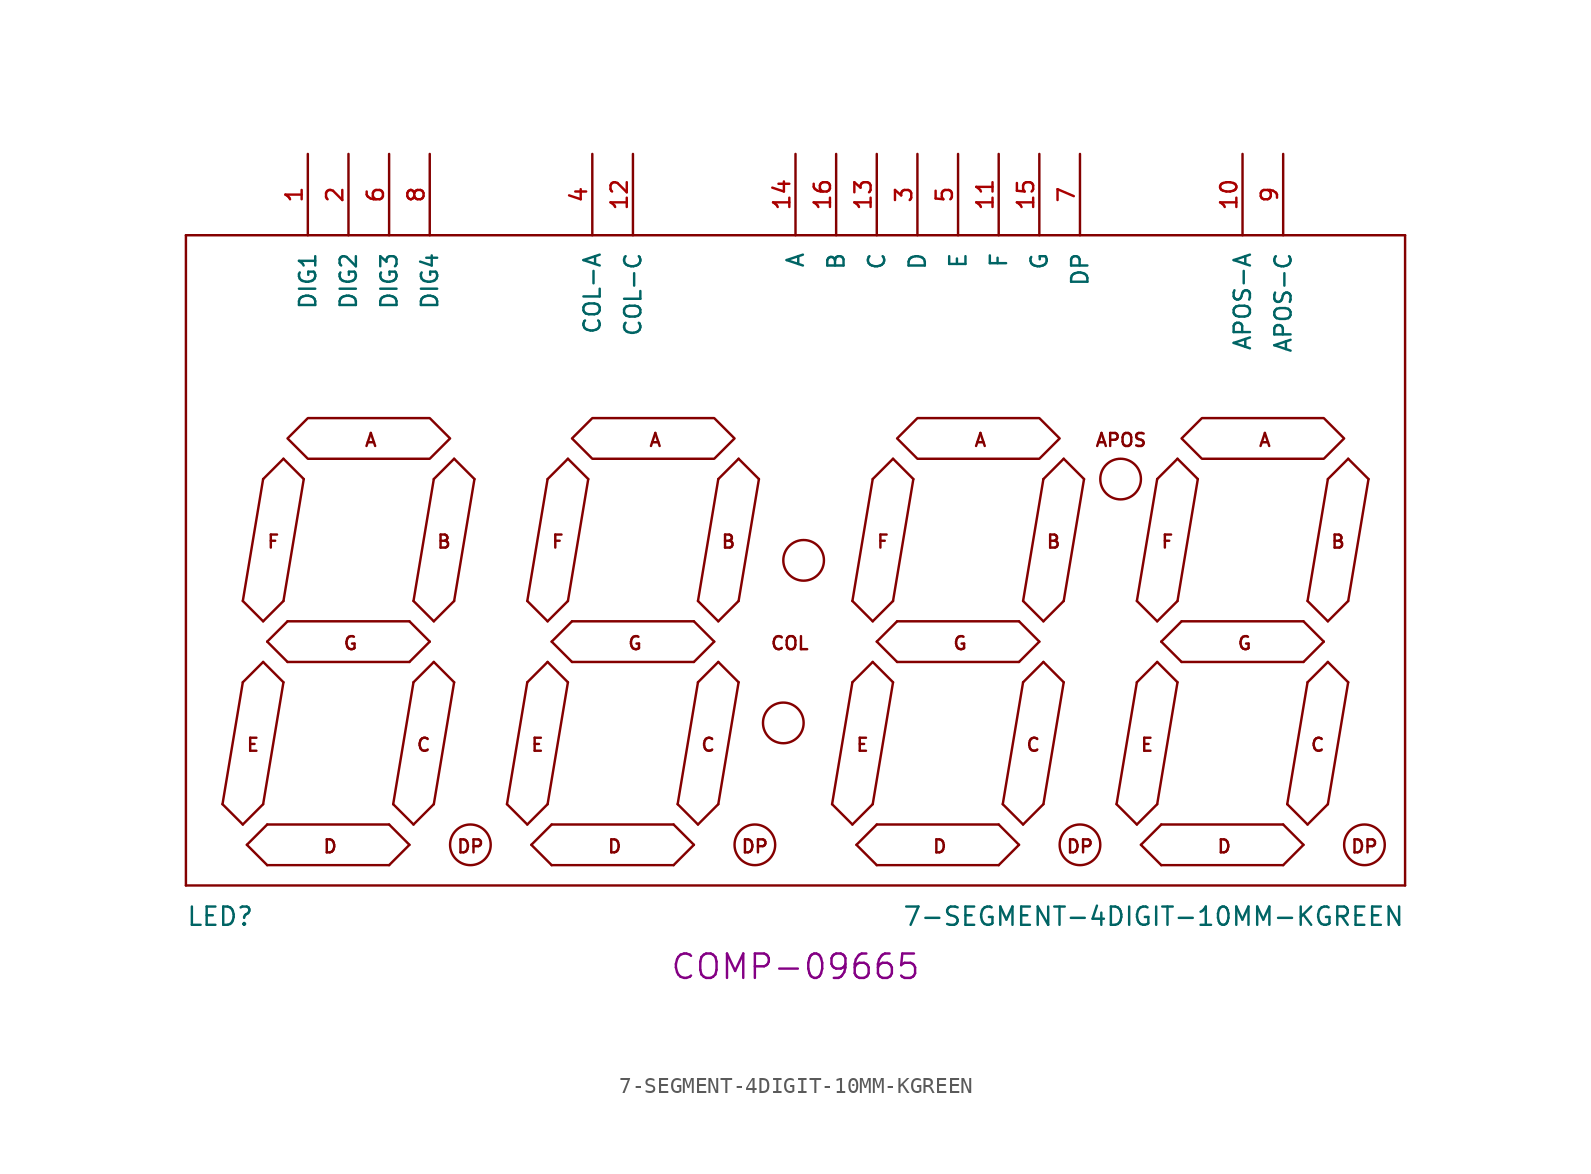
<source format=kicad_sym>
(kicad_symbol_lib
  (version 20220914)
  (generator kicad_symbol_editor)
  (symbol "7-SEGMENT-4DIGIT-10MM-KGREEN"
    (pin_names
      (offset 1.016))
    (property "Reference" "LED"
      (at -38.1 -19.05 0)
      (effects (font (size 1.143 1.143)) (justify left top)))
    (property "Value" "7-SEGMENT-4DIGIT-10MM-KGREEN"
      (at 38.1 -19.05 0)
      (effects (font (size 1.143 1.143)) (justify right top)))
    (property "Field4" "COMP-09665"
      (at 0 -22.86 0)
      (effects (font (size 1.524 1.524))))
    (property "ki_locked" ""
      (at 0 0 0)
      (effects (font (size 1.27 1.27))))
    (symbol "7-SEGMENT-4DIGIT-10MM-KGREEN_1_0"
      (polyline (pts (xy -38.1 -17.78) (xy -38.1 22.86)) (stroke (width 0) (type solid)) (fill (type none)))
      (polyline (pts (xy -35.814 -12.7) (xy -34.544 -13.97)) (stroke (width 0) (type solid)) (fill (type none)))
      (polyline (pts (xy -34.544 -13.97) (xy -33.274 -12.7)) (stroke (width 0) (type solid)) (fill (type none)))
      (polyline (pts (xy -34.544 -5.08) (xy -35.814 -12.7)) (stroke (width 0) (type solid)) (fill (type none)))
      (polyline (pts (xy -34.544 0) (xy -33.274 -1.27)) (stroke (width 0) (type solid)) (fill (type none)))
      (polyline (pts (xy -34.29 -15.24) (xy -33.02 -16.51)) (stroke (width 0) (type solid)) (fill (type none)))
      (polyline (pts (xy -34.29 -15.24) (xy -33.02 -13.97)) (stroke (width 0) (type solid)) (fill (type none)))
      (polyline (pts (xy -33.274 -12.7) (xy -32.004 -5.08)) (stroke (width 0) (type solid)) (fill (type none)))
      (polyline (pts (xy -33.274 -3.81) (xy -34.544 -5.08)) (stroke (width 0) (type solid)) (fill (type none)))
      (polyline (pts (xy -33.274 -3.81) (xy -32.004 -5.08)) (stroke (width 0) (type solid)) (fill (type none)))
      (polyline (pts (xy -33.274 -1.27) (xy -32.004 0)) (stroke (width 0) (type solid)) (fill (type none)))
      (polyline (pts (xy -33.274 7.62) (xy -34.544 0)) (stroke (width 0) (type solid)) (fill (type none)))
      (polyline (pts (xy -33.02 -16.51) (xy -25.4 -16.51)) (stroke (width 0) (type solid)) (fill (type none)))
      (polyline (pts (xy -33.02 -2.54) (xy -31.75 -3.81)) (stroke (width 0) (type solid)) (fill (type none)))
      (polyline (pts (xy -33.02 -2.54) (xy -31.75 -1.27)) (stroke (width 0) (type solid)) (fill (type none)))
      (polyline (pts (xy -32.004 0) (xy -30.734 7.62)) (stroke (width 0) (type solid)) (fill (type none)))
      (polyline (pts (xy -32.004 8.89) (xy -33.274 7.62)) (stroke (width 0) (type solid)) (fill (type none)))
      (polyline (pts (xy -32.004 8.89) (xy -30.734 7.62)) (stroke (width 0) (type solid)) (fill (type none)))
      (polyline (pts (xy -31.75 -3.81) (xy -24.13 -3.81)) (stroke (width 0) (type solid)) (fill (type none)))
      (polyline (pts (xy -25.4 -16.51) (xy -24.13 -15.24)) (stroke (width 0) (type solid)) (fill (type none)))
      (polyline (pts (xy -25.4 -13.97) (xy -33.02 -13.97)) (stroke (width 0) (type solid)) (fill (type none)))
      (polyline (pts (xy -25.146 -12.7) (xy -23.876 -13.97)) (stroke (width 0) (type solid)) (fill (type none)))
      (polyline (pts (xy -24.13 -15.24) (xy -25.4 -13.97)) (stroke (width 0) (type solid)) (fill (type none)))
      (polyline (pts (xy -24.13 -3.81) (xy -22.86 -2.54)) (stroke (width 0) (type solid)) (fill (type none)))
      (polyline (pts (xy -24.13 -1.27) (xy -31.75 -1.27)) (stroke (width 0) (type solid)) (fill (type none)))
      (polyline (pts (xy -23.876 -13.97) (xy -22.606 -12.7)) (stroke (width 0) (type solid)) (fill (type none)))
      (polyline (pts (xy -23.876 -5.08) (xy -25.146 -12.7)) (stroke (width 0) (type solid)) (fill (type none)))
      (polyline (pts (xy -23.876 0) (xy -22.606 -1.27)) (stroke (width 0) (type solid)) (fill (type none)))
      (polyline (pts (xy -22.86 -2.54) (xy -24.13 -1.27)) (stroke (width 0) (type solid)) (fill (type none)))
      (polyline (pts (xy -22.606 -12.7) (xy -21.336 -5.08)) (stroke (width 0) (type solid)) (fill (type none)))
      (polyline (pts (xy -22.606 -3.81) (xy -23.876 -5.08)) (stroke (width 0) (type solid)) (fill (type none)))
      (polyline (pts (xy -22.606 -3.81) (xy -21.336 -5.08)) (stroke (width 0) (type solid)) (fill (type none)))
      (polyline (pts (xy -22.606 -1.27) (xy -21.336 0)) (stroke (width 0) (type solid)) (fill (type none)))
      (polyline (pts (xy -22.606 7.62) (xy -23.876 0)) (stroke (width 0) (type solid)) (fill (type none)))
      (polyline (pts (xy -21.336 0) (xy -20.066 7.62)) (stroke (width 0) (type solid)) (fill (type none)))
      (polyline (pts (xy -21.336 8.89) (xy -22.606 7.62)) (stroke (width 0) (type solid)) (fill (type none)))
      (polyline (pts (xy -21.336 8.89) (xy -20.066 7.62)) (stroke (width 0) (type solid)) (fill (type none)))
      (polyline (pts (xy -18.034 -12.7) (xy -16.764 -13.97)) (stroke (width 0) (type solid)) (fill (type none)))
      (polyline (pts (xy -16.764 -13.97) (xy -15.494 -12.7)) (stroke (width 0) (type solid)) (fill (type none)))
      (polyline (pts (xy -16.764 -5.08) (xy -18.034 -12.7)) (stroke (width 0) (type solid)) (fill (type none)))
      (polyline (pts (xy -16.764 0) (xy -15.494 -1.27)) (stroke (width 0) (type solid)) (fill (type none)))
      (polyline (pts (xy -16.51 -15.24) (xy -15.24 -16.51)) (stroke (width 0) (type solid)) (fill (type none)))
      (polyline (pts (xy -16.51 -15.24) (xy -15.24 -13.97)) (stroke (width 0) (type solid)) (fill (type none)))
      (polyline (pts (xy -15.494 -12.7) (xy -14.224 -5.08)) (stroke (width 0) (type solid)) (fill (type none)))
      (polyline (pts (xy -15.494 -3.81) (xy -16.764 -5.08)) (stroke (width 0) (type solid)) (fill (type none)))
      (polyline (pts (xy -15.494 -3.81) (xy -14.224 -5.08)) (stroke (width 0) (type solid)) (fill (type none)))
      (polyline (pts (xy -15.494 -1.27) (xy -14.224 0)) (stroke (width 0) (type solid)) (fill (type none)))
      (polyline (pts (xy -15.494 7.62) (xy -16.764 0)) (stroke (width 0) (type solid)) (fill (type none)))
      (polyline (pts (xy -15.24 -16.51) (xy -7.62 -16.51)) (stroke (width 0) (type solid)) (fill (type none)))
      (polyline (pts (xy -15.24 -2.54) (xy -13.97 -3.81)) (stroke (width 0) (type solid)) (fill (type none)))
      (polyline (pts (xy -15.24 -2.54) (xy -13.97 -1.27)) (stroke (width 0) (type solid)) (fill (type none)))
      (polyline (pts (xy -14.224 0) (xy -12.954 7.62)) (stroke (width 0) (type solid)) (fill (type none)))
      (polyline (pts (xy -14.224 8.89) (xy -15.494 7.62)) (stroke (width 0) (type solid)) (fill (type none)))
      (polyline (pts (xy -14.224 8.89) (xy -12.954 7.62)) (stroke (width 0) (type solid)) (fill (type none)))
      (polyline (pts (xy -13.97 -3.81) (xy -6.35 -3.81)) (stroke (width 0) (type solid)) (fill (type none)))
      (polyline (pts (xy -7.62 -16.51) (xy -6.35 -15.24)) (stroke (width 0) (type solid)) (fill (type none)))
      (polyline (pts (xy -7.62 -13.97) (xy -15.24 -13.97)) (stroke (width 0) (type solid)) (fill (type none)))
      (polyline (pts (xy -7.366 -12.7) (xy -6.096 -13.97)) (stroke (width 0) (type solid)) (fill (type none)))
      (polyline (pts (xy -6.35 -15.24) (xy -7.62 -13.97)) (stroke (width 0) (type solid)) (fill (type none)))
      (polyline (pts (xy -6.35 -3.81) (xy -5.08 -2.54)) (stroke (width 0) (type solid)) (fill (type none)))
      (polyline (pts (xy -6.35 -1.27) (xy -13.97 -1.27)) (stroke (width 0) (type solid)) (fill (type none)))
      (polyline (pts (xy -6.096 -13.97) (xy -4.826 -12.7)) (stroke (width 0) (type solid)) (fill (type none)))
      (polyline (pts (xy -6.096 -5.08) (xy -7.366 -12.7)) (stroke (width 0) (type solid)) (fill (type none)))
      (polyline (pts (xy -6.096 0) (xy -4.826 -1.27)) (stroke (width 0) (type solid)) (fill (type none)))
      (polyline (pts (xy -5.08 -2.54) (xy -6.35 -1.27)) (stroke (width 0) (type solid)) (fill (type none)))
      (polyline (pts (xy -4.826 -12.7) (xy -3.556 -5.08)) (stroke (width 0) (type solid)) (fill (type none)))
      (polyline (pts (xy -4.826 -3.81) (xy -6.096 -5.08)) (stroke (width 0) (type solid)) (fill (type none)))
      (polyline (pts (xy -4.826 -3.81) (xy -3.556 -5.08)) (stroke (width 0) (type solid)) (fill (type none)))
      (polyline (pts (xy -4.826 -1.27) (xy -3.556 0)) (stroke (width 0) (type solid)) (fill (type none)))
      (polyline (pts (xy -4.826 7.62) (xy -6.096 0)) (stroke (width 0) (type solid)) (fill (type none)))
      (polyline (pts (xy -3.556 0) (xy -2.286 7.62)) (stroke (width 0) (type solid)) (fill (type none)))
      (polyline (pts (xy -3.556 8.89) (xy -4.826 7.62)) (stroke (width 0) (type solid)) (fill (type none)))
      (polyline (pts (xy -3.556 8.89) (xy -2.286 7.62)) (stroke (width 0) (type solid)) (fill (type none)))
      (polyline (pts (xy 2.286 -12.7) (xy 3.556 -13.97)) (stroke (width 0) (type solid)) (fill (type none)))
      (polyline (pts (xy 3.556 -13.97) (xy 4.826 -12.7)) (stroke (width 0) (type solid)) (fill (type none)))
      (polyline (pts (xy 3.556 -5.08) (xy 2.286 -12.7)) (stroke (width 0) (type solid)) (fill (type none)))
      (polyline (pts (xy 3.556 0) (xy 4.826 -1.27)) (stroke (width 0) (type solid)) (fill (type none)))
      (polyline (pts (xy 3.81 -15.24) (xy 5.08 -16.51)) (stroke (width 0) (type solid)) (fill (type none)))
      (polyline (pts (xy 3.81 -15.24) (xy 5.08 -13.97)) (stroke (width 0) (type solid)) (fill (type none)))
      (polyline (pts (xy 4.826 -12.7) (xy 6.096 -5.08)) (stroke (width 0) (type solid)) (fill (type none)))
      (polyline (pts (xy 4.826 -3.81) (xy 3.556 -5.08)) (stroke (width 0) (type solid)) (fill (type none)))
      (polyline (pts (xy 4.826 -3.81) (xy 6.096 -5.08)) (stroke (width 0) (type solid)) (fill (type none)))
      (polyline (pts (xy 4.826 -1.27) (xy 6.096 0)) (stroke (width 0) (type solid)) (fill (type none)))
      (polyline (pts (xy 4.826 7.62) (xy 3.556 0)) (stroke (width 0) (type solid)) (fill (type none)))
      (polyline (pts (xy 5.08 -16.51) (xy 12.7 -16.51)) (stroke (width 0) (type solid)) (fill (type none)))
      (polyline (pts (xy 5.08 -2.54) (xy 6.35 -3.81)) (stroke (width 0) (type solid)) (fill (type none)))
      (polyline (pts (xy 5.08 -2.54) (xy 6.35 -1.27)) (stroke (width 0) (type solid)) (fill (type none)))
      (polyline (pts (xy 6.096 0) (xy 7.366 7.62)) (stroke (width 0) (type solid)) (fill (type none)))
      (polyline (pts (xy 6.096 8.89) (xy 4.826 7.62)) (stroke (width 0) (type solid)) (fill (type none)))
      (polyline (pts (xy 6.096 8.89) (xy 7.366 7.62)) (stroke (width 0) (type solid)) (fill (type none)))
      (polyline (pts (xy 6.35 -3.81) (xy 13.97 -3.81)) (stroke (width 0) (type solid)) (fill (type none)))
      (polyline (pts (xy 12.7 -16.51) (xy 13.97 -15.24)) (stroke (width 0) (type solid)) (fill (type none)))
      (polyline (pts (xy 12.7 -13.97) (xy 5.08 -13.97)) (stroke (width 0) (type solid)) (fill (type none)))
      (polyline (pts (xy 12.954 -12.7) (xy 14.224 -13.97)) (stroke (width 0) (type solid)) (fill (type none)))
      (polyline (pts (xy 13.97 -15.24) (xy 12.7 -13.97)) (stroke (width 0) (type solid)) (fill (type none)))
      (polyline (pts (xy 13.97 -3.81) (xy 15.24 -2.54)) (stroke (width 0) (type solid)) (fill (type none)))
      (polyline (pts (xy 13.97 -1.27) (xy 6.35 -1.27)) (stroke (width 0) (type solid)) (fill (type none)))
      (polyline (pts (xy 14.224 -13.97) (xy 15.494 -12.7)) (stroke (width 0) (type solid)) (fill (type none)))
      (polyline (pts (xy 14.224 -5.08) (xy 12.954 -12.7)) (stroke (width 0) (type solid)) (fill (type none)))
      (polyline (pts (xy 14.224 0) (xy 15.494 -1.27)) (stroke (width 0) (type solid)) (fill (type none)))
      (polyline (pts (xy 15.24 -2.54) (xy 13.97 -1.27)) (stroke (width 0) (type solid)) (fill (type none)))
      (polyline (pts (xy 15.494 -12.7) (xy 16.764 -5.08)) (stroke (width 0) (type solid)) (fill (type none)))
      (polyline (pts (xy 15.494 -3.81) (xy 14.224 -5.08)) (stroke (width 0) (type solid)) (fill (type none)))
      (polyline (pts (xy 15.494 -3.81) (xy 16.764 -5.08)) (stroke (width 0) (type solid)) (fill (type none)))
      (polyline (pts (xy 15.494 -1.27) (xy 16.764 0)) (stroke (width 0) (type solid)) (fill (type none)))
      (polyline (pts (xy 15.494 7.62) (xy 14.224 0)) (stroke (width 0) (type solid)) (fill (type none)))
      (polyline (pts (xy 16.764 0) (xy 18.034 7.62)) (stroke (width 0) (type solid)) (fill (type none)))
      (polyline (pts (xy 16.764 8.89) (xy 15.494 7.62)) (stroke (width 0) (type solid)) (fill (type none)))
      (polyline (pts (xy 16.764 8.89) (xy 18.034 7.62)) (stroke (width 0) (type solid)) (fill (type none)))
      (polyline (pts (xy 20.066 -12.7) (xy 21.336 -13.97)) (stroke (width 0) (type solid)) (fill (type none)))
      (polyline (pts (xy 21.336 -13.97) (xy 22.606 -12.7)) (stroke (width 0) (type solid)) (fill (type none)))
      (polyline (pts (xy 21.336 -5.08) (xy 20.066 -12.7)) (stroke (width 0) (type solid)) (fill (type none)))
      (polyline (pts (xy 21.336 0) (xy 22.606 -1.27)) (stroke (width 0) (type solid)) (fill (type none)))
      (polyline (pts (xy 21.59 -15.24) (xy 22.86 -16.51)) (stroke (width 0) (type solid)) (fill (type none)))
      (polyline (pts (xy 21.59 -15.24) (xy 22.86 -13.97)) (stroke (width 0) (type solid)) (fill (type none)))
      (polyline (pts (xy 22.606 -12.7) (xy 23.876 -5.08)) (stroke (width 0) (type solid)) (fill (type none)))
      (polyline (pts (xy 22.606 -3.81) (xy 21.336 -5.08)) (stroke (width 0) (type solid)) (fill (type none)))
      (polyline (pts (xy 22.606 -3.81) (xy 23.876 -5.08)) (stroke (width 0) (type solid)) (fill (type none)))
      (polyline (pts (xy 22.606 -1.27) (xy 23.876 0)) (stroke (width 0) (type solid)) (fill (type none)))
      (polyline (pts (xy 22.606 7.62) (xy 21.336 0)) (stroke (width 0) (type solid)) (fill (type none)))
      (polyline (pts (xy 22.86 -16.51) (xy 30.48 -16.51)) (stroke (width 0) (type solid)) (fill (type none)))
      (polyline (pts (xy 22.86 -2.54) (xy 24.13 -3.81)) (stroke (width 0) (type solid)) (fill (type none)))
      (polyline (pts (xy 22.86 -2.54) (xy 24.13 -1.27)) (stroke (width 0) (type solid)) (fill (type none)))
      (polyline (pts (xy 23.876 0) (xy 25.146 7.62)) (stroke (width 0) (type solid)) (fill (type none)))
      (polyline (pts (xy 23.876 8.89) (xy 22.606 7.62)) (stroke (width 0) (type solid)) (fill (type none)))
      (polyline (pts (xy 23.876 8.89) (xy 25.146 7.62)) (stroke (width 0) (type solid)) (fill (type none)))
      (polyline (pts (xy 24.13 -3.81) (xy 31.75 -3.81)) (stroke (width 0) (type solid)) (fill (type none)))
      (polyline (pts (xy 30.48 -16.51) (xy 31.75 -15.24)) (stroke (width 0) (type solid)) (fill (type none)))
      (polyline (pts (xy 30.48 -13.97) (xy 22.86 -13.97)) (stroke (width 0) (type solid)) (fill (type none)))
      (polyline (pts (xy 30.734 -12.7) (xy 32.004 -13.97)) (stroke (width 0) (type solid)) (fill (type none)))
      (polyline (pts (xy 31.75 -15.24) (xy 30.48 -13.97)) (stroke (width 0) (type solid)) (fill (type none)))
      (polyline (pts (xy 31.75 -3.81) (xy 33.02 -2.54)) (stroke (width 0) (type solid)) (fill (type none)))
      (polyline (pts (xy 31.75 -1.27) (xy 24.13 -1.27)) (stroke (width 0) (type solid)) (fill (type none)))
      (polyline (pts (xy 32.004 -13.97) (xy 33.274 -12.7)) (stroke (width 0) (type solid)) (fill (type none)))
      (polyline (pts (xy 32.004 -5.08) (xy 30.734 -12.7)) (stroke (width 0) (type solid)) (fill (type none)))
      (polyline (pts (xy 32.004 0) (xy 33.274 -1.27)) (stroke (width 0) (type solid)) (fill (type none)))
      (polyline (pts (xy 33.02 -2.54) (xy 31.75 -1.27)) (stroke (width 0) (type solid)) (fill (type none)))
      (polyline (pts (xy 33.274 -12.7) (xy 34.544 -5.08)) (stroke (width 0) (type solid)) (fill (type none)))
      (polyline (pts (xy 33.274 -3.81) (xy 32.004 -5.08)) (stroke (width 0) (type solid)) (fill (type none)))
      (polyline (pts (xy 33.274 -3.81) (xy 34.544 -5.08)) (stroke (width 0) (type solid)) (fill (type none)))
      (polyline (pts (xy 33.274 -1.27) (xy 34.544 0)) (stroke (width 0) (type solid)) (fill (type none)))
      (polyline (pts (xy 33.274 7.62) (xy 32.004 0)) (stroke (width 0) (type solid)) (fill (type none)))
      (polyline (pts (xy 34.544 0) (xy 35.814 7.62)) (stroke (width 0) (type solid)) (fill (type none)))
      (polyline (pts (xy 34.544 8.89) (xy 33.274 7.62)) (stroke (width 0) (type solid)) (fill (type none)))
      (polyline (pts (xy 34.544 8.89) (xy 35.814 7.62)) (stroke (width 0) (type solid)) (fill (type none)))
      (polyline (pts (xy 38.1 -17.78) (xy -38.1 -17.78)) (stroke (width 0) (type solid)) (fill (type none)))
      (polyline (pts (xy 38.1 22.86) (xy -38.1 22.86)) (stroke (width 0) (type solid)) (fill (type none)))
      (polyline (pts (xy 38.1 22.86) (xy 38.1 -17.78)) (stroke (width 0) (type solid)) (fill (type none)))
      (text "A" (at -26.543 10.058 0) (effects (font (size 0.813 0.813))))
      (text "A" (at -8.763 10.058 0) (effects (font (size 0.813 0.813))))
      (text "A" (at 11.557 10.058 0) (effects (font (size 0.813 0.813))))
      (text "A" (at 29.337 10.058 0) (effects (font (size 0.813 0.813))))
      (text "APOS" (at 20.345 10.058 0) (effects (font (size 0.813 0.813))))
      (text "B" (at -21.971 3.708 0) (effects (font (size 0.813 0.813))))
      (text "B" (at -4.191 3.708 0) (effects (font (size 0.813 0.813))))
      (text "B" (at 16.129 3.708 0) (effects (font (size 0.813 0.813))))
      (text "B" (at 33.909 3.708 0) (effects (font (size 0.813 0.813))))
      (text "C" (at -23.241 -8.992 0) (effects (font (size 0.813 0.813))))
      (text "C" (at -5.461 -8.992 0) (effects (font (size 0.813 0.813))))
      (text "C" (at 14.859 -8.992 0) (effects (font (size 0.813 0.813))))
      (text "C" (at 32.639 -8.992 0) (effects (font (size 0.813 0.813))))
      (text "COL" (at -0.356 -2.642 0) (effects (font (size 0.813 0.813))))
      (text "D" (at -29.083 -15.342 0) (effects (font (size 0.813 0.813))))
      (text "D" (at -11.303 -15.342 0) (effects (font (size 0.813 0.813))))
      (text "D" (at 9.017 -15.342 0) (effects (font (size 0.813 0.813))))
      (text "D" (at 26.797 -15.342 0) (effects (font (size 0.813 0.813))))
      (text "DP" (at -20.32 -15.342 0) (effects (font (size 0.813 0.813))))
      (text "DP" (at -2.54 -15.342 0) (effects (font (size 0.813 0.813))))
      (text "DP" (at 17.78 -15.342 0) (effects (font (size 0.813 0.813))))
      (text "DP" (at 35.56 -15.342 0) (effects (font (size 0.813 0.813))))
      (text "E" (at -33.909 -8.992 0) (effects (font (size 0.813 0.813))))
      (text "E" (at -16.129 -8.992 0) (effects (font (size 0.813 0.813))))
      (text "E" (at 4.191 -8.992 0) (effects (font (size 0.813 0.813))))
      (text "E" (at 21.971 -8.992 0) (effects (font (size 0.813 0.813))))
      (text "F" (at -32.639 3.708 0) (effects (font (size 0.813 0.813))))
      (text "F" (at -14.859 3.708 0) (effects (font (size 0.813 0.813))))
      (text "F" (at 5.461 3.708 0) (effects (font (size 0.813 0.813))))
      (text "F" (at 23.241 3.708 0) (effects (font (size 0.813 0.813))))
      (text "G" (at -27.813 -2.642 0) (effects (font (size 0.813 0.813))))
      (text "G" (at -10.033 -2.642 0) (effects (font (size 0.813 0.813))))
      (text "G" (at 10.287 -2.642 0) (effects (font (size 0.813 0.813))))
      (text "G" (at 28.067 -2.642 0) (effects (font (size 0.813 0.813)))))
    (symbol "7-SEGMENT-4DIGIT-10MM-KGREEN_1_1"
      (circle (center -20.32 -15.24) (radius 1.27) (stroke (width 0) (type solid)) (fill (type none)))
      (circle (center -2.54 -15.24) (radius 1.27) (stroke (width 0) (type solid)) (fill (type none)))
      (circle (center -0.762 -7.62) (radius 1.27) (stroke (width 0) (type solid)) (fill (type none)))
      (polyline (pts (xy -22.86 11.43) (xy -21.59 10.16) (xy -22.86 8.89) (xy -30.48 8.89) (xy -31.75 10.16) (xy -30.48 11.43) (xy -22.86 11.43)) (stroke (width 0) (type solid)) (fill (type none)))
      (polyline (pts (xy -5.08 11.43) (xy -3.81 10.16) (xy -5.08 8.89) (xy -12.7 8.89) (xy -13.97 10.16) (xy -12.7 11.43) (xy -5.08 11.43)) (stroke (width 0) (type solid)) (fill (type none)))
      (polyline (pts (xy 15.24 11.43) (xy 16.51 10.16) (xy 15.24 8.89) (xy 7.62 8.89) (xy 6.35 10.16) (xy 7.62 11.43) (xy 15.24 11.43)) (stroke (width 0) (type solid)) (fill (type none)))
      (polyline (pts (xy 33.02 11.43) (xy 34.29 10.16) (xy 33.02 8.89) (xy 25.4 8.89) (xy 24.13 10.16) (xy 25.4 11.43) (xy 33.02 11.43)) (stroke (width 0) (type solid)) (fill (type none)))
      (circle (center 0.508 2.54) (radius 1.27) (stroke (width 0) (type solid)) (fill (type none)))
      (circle (center 17.78 -15.24) (radius 1.27) (stroke (width 0) (type solid)) (fill (type none)))
      (circle (center 20.32 7.62) (radius 1.27) (stroke (width 0) (type solid)) (fill (type none)))
      (circle (center 35.56 -15.24) (radius 1.27) (stroke (width 0) (type solid)) (fill (type none)))
      (pin bidirectional line (at -30.48 27.94 270) (length 5.08) (name "DIG1" (effects (font (size 1.016 1.016)))) (number "1" (effects (font (size 1.016 1.016)))))
      (pin bidirectional line (at 27.94 27.94 270) (length 5.08) (name "APOS-A" (effects (font (size 1.016 1.016)))) (number "10" (effects (font (size 1.016 1.016)))))
      (pin bidirectional line (at 12.7 27.94 270) (length 5.08) (name "F" (effects (font (size 1.016 1.016)))) (number "11" (effects (font (size 1.016 1.016)))))
      (pin bidirectional line (at -10.16 27.94 270) (length 5.08) (name "COL-C" (effects (font (size 1.016 1.016)))) (number "12" (effects (font (size 1.016 1.016)))))
      (pin bidirectional line (at 5.08 27.94 270) (length 5.08) (name "C" (effects (font (size 1.016 1.016)))) (number "13" (effects (font (size 1.016 1.016)))))
      (pin bidirectional line (at 0 27.94 270) (length 5.08) (name "A" (effects (font (size 1.016 1.016)))) (number "14" (effects (font (size 1.016 1.016)))))
      (pin bidirectional line (at 15.24 27.94 270) (length 5.08) (name "G" (effects (font (size 1.016 1.016)))) (number "15" (effects (font (size 1.016 1.016)))))
      (pin bidirectional line (at 2.54 27.94 270) (length 5.08) (name "B" (effects (font (size 1.016 1.016)))) (number "16" (effects (font (size 1.016 1.016)))))
      (pin bidirectional line (at -27.94 27.94 270) (length 5.08) (name "DIG2" (effects (font (size 1.016 1.016)))) (number "2" (effects (font (size 1.016 1.016)))))
      (pin bidirectional line (at 7.62 27.94 270) (length 5.08) (name "D" (effects (font (size 1.016 1.016)))) (number "3" (effects (font (size 1.016 1.016)))))
      (pin bidirectional line (at -12.7 27.94 270) (length 5.08) (name "COL-A" (effects (font (size 1.016 1.016)))) (number "4" (effects (font (size 1.016 1.016)))))
      (pin bidirectional line (at 10.16 27.94 270) (length 5.08) (name "E" (effects (font (size 1.016 1.016)))) (number "5" (effects (font (size 1.016 1.016)))))
      (pin bidirectional line (at -25.4 27.94 270) (length 5.08) (name "DIG3" (effects (font (size 1.016 1.016)))) (number "6" (effects (font (size 1.016 1.016)))))
      (pin bidirectional line (at 17.78 27.94 270) (length 5.08) (name "DP" (effects (font (size 1.016 1.016)))) (number "7" (effects (font (size 1.016 1.016)))))
      (pin bidirectional line (at -22.86 27.94 270) (length 5.08) (name "DIG4" (effects (font (size 1.016 1.016)))) (number "8" (effects (font (size 1.016 1.016)))))
      (pin bidirectional line (at 30.48 27.94 270) (length 5.08) (name "APOS-C" (effects (font (size 1.016 1.016)))) (number "9" (effects (font (size 1.016 1.016))))))))
</source>
